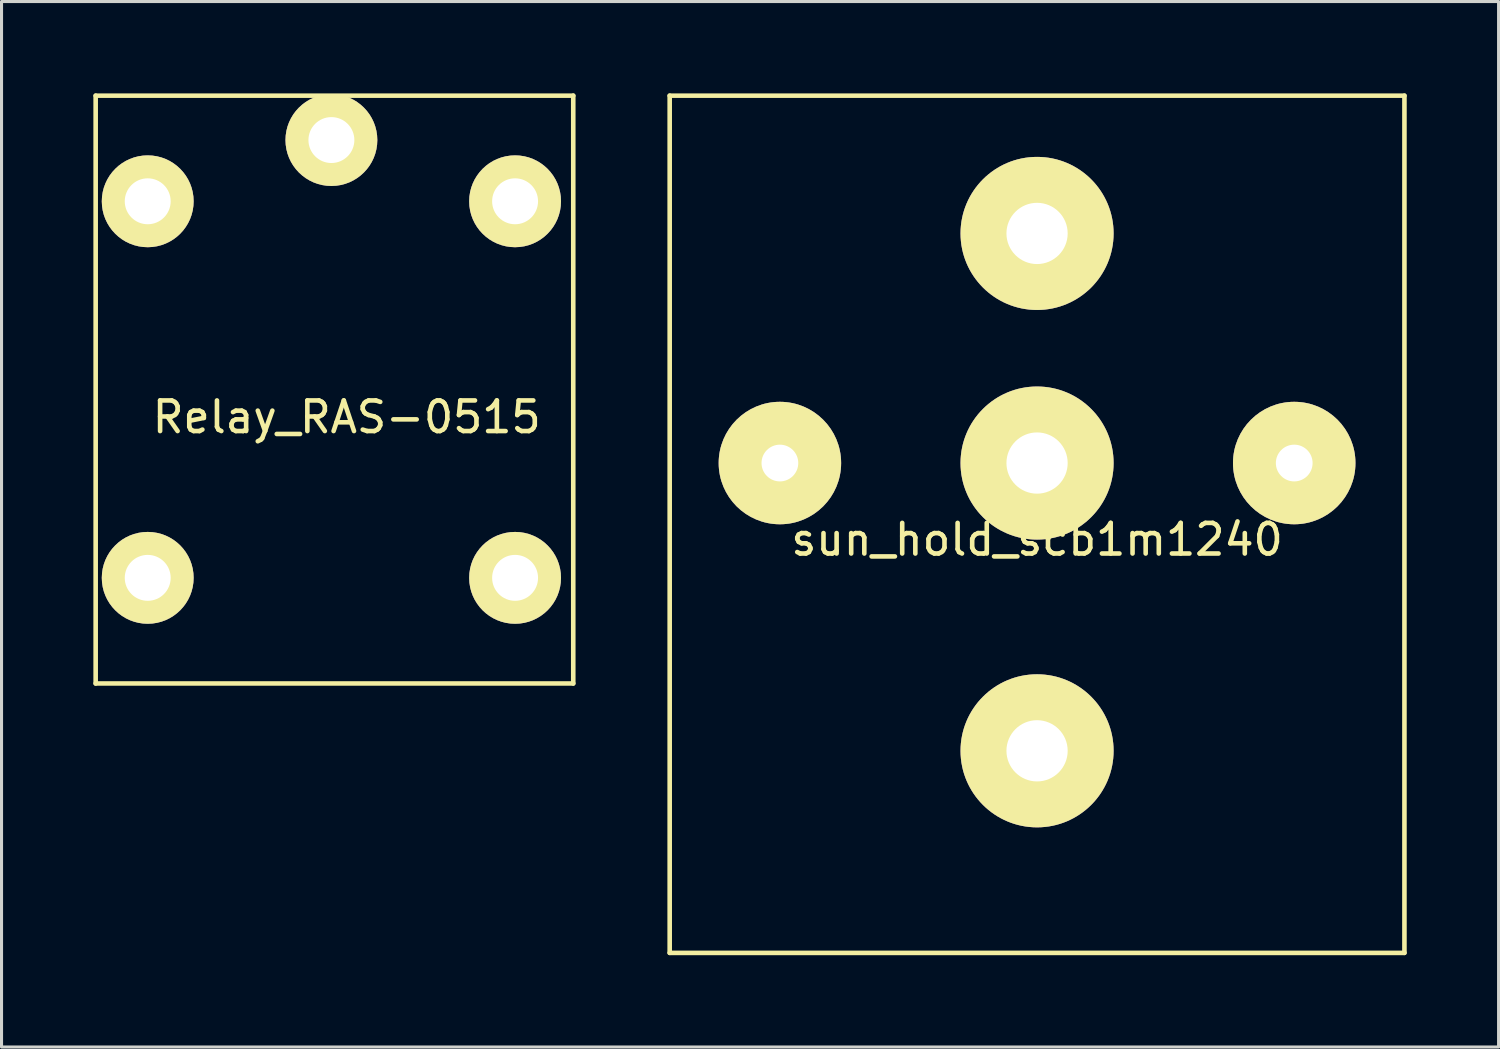
<source format=kicad_pcb>
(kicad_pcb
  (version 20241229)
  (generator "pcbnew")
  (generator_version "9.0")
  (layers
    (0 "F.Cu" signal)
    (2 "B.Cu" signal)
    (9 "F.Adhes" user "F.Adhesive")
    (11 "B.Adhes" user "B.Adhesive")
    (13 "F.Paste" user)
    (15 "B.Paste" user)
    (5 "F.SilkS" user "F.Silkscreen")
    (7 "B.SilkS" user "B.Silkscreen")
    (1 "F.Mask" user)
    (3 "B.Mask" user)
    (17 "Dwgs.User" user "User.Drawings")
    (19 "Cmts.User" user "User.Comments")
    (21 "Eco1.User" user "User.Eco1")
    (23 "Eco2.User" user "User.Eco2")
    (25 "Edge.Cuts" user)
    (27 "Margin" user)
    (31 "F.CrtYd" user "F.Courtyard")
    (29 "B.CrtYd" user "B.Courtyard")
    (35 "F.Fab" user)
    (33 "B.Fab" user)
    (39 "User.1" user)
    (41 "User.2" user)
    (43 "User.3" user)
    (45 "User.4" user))
  (footprint "sun_hold_scb1m1240"
    (layer "F.Cu")
    (at 30.825 14.075)
    (property "Reference" "sun_hold_scb1m1240" (at 0 0.5 0) (layer "F.SilkS") (effects (font (size 1 1) (thickness 0.15))))
    (attr through_hole)
    (fp_line (start -12 -14) (end -12 14) (stroke (width 0.15) (type solid)) (layer "F.SilkS"))
    (fp_line (start -12 14) (end 12 14) (stroke (width 0.15) (type solid)) (layer "F.SilkS"))
    (fp_line (start 12 -14) (end -12 -14) (stroke (width 0.15) (type solid)) (layer "F.SilkS"))
    (fp_line (start 12 14) (end 12 -14) (stroke (width 0.15) (type solid)) (layer "F.SilkS"))
    (pad "11" thru_hole circle (at 0 7.4) (size 5 5) (drill 2) (layers "*.Cu" "*.Mask" "F.SilkS"))
    (pad "12" thru_hole circle (at 0 -2) (size 5 5) (drill 2) (layers "*.Cu" "*.Mask" "F.SilkS"))
    (pad "14" thru_hole circle (at 0 -9.5) (size 5 5) (drill 2) (layers "*.Cu" "*.Mask" "F.SilkS"))
    (pad "A1" thru_hole circle (at -8.4 -2) (size 4 4) (drill 1.2) (layers "*.Cu" "*.Mask" "F.SilkS"))
    (pad "A2" thru_hole circle (at 8.4 -2) (size 4 4) (drill 1.2) (layers "*.Cu" "*.Mask" "F.SilkS")))
  (footprint "Relay_RAS-0515"
    (layer "F.Cu")
    (at 8.275 10.075)
    (property "Reference" "Relay_RAS-0515" (at 0 0.5 0) (layer "F.SilkS") (effects (font (size 1 1) (thickness 0.15))))
    (attr through_hole)
    (fp_line (start -8.2 -10) (end -8.2 9.2) (stroke (width 0.15) (type solid)) (layer "F.SilkS"))
    (fp_line (start -8.2 -10) (end 7.4 -10) (stroke (width 0.15) (type solid)) (layer "F.SilkS"))
    (fp_line (start -8.2 9.2) (end 7.4 9.2) (stroke (width 0.15) (type solid)) (layer "F.SilkS"))
    (fp_line (start 7.4 -10) (end 7.4 9.2) (stroke (width 0.15) (type solid)) (layer "F.SilkS"))
    (pad "11" thru_hole circle (at -0.5 -8.55) (size 3 3) (drill 1.5) (layers "*.Cu" "*.Mask" "F.SilkS"))
    (pad "12" thru_hole circle (at -6.5 5.75) (size 3 3) (drill 1.5) (layers "*.Cu" "*.Mask" "F.SilkS"))
    (pad "14" thru_hole circle (at 5.5 5.75) (size 3 3) (drill 1.5) (layers "*.Cu" "*.Mask" "F.SilkS"))
    (pad "A1" thru_hole circle (at -6.5 -6.55) (size 3 3) (drill 1.5) (layers "*.Cu" "*.Mask" "F.SilkS"))
    (pad "A2" thru_hole circle (at 5.5 -6.55) (size 3 3) (drill 1.5) (layers "*.Cu" "*.Mask" "F.SilkS")))
  (gr_rect
    (start -3 -3)
    (end 45.9 31.15)
    (stroke (width 0.1) (type default))
    (fill no)
    (layer "Edge.Cuts")))
</source>
